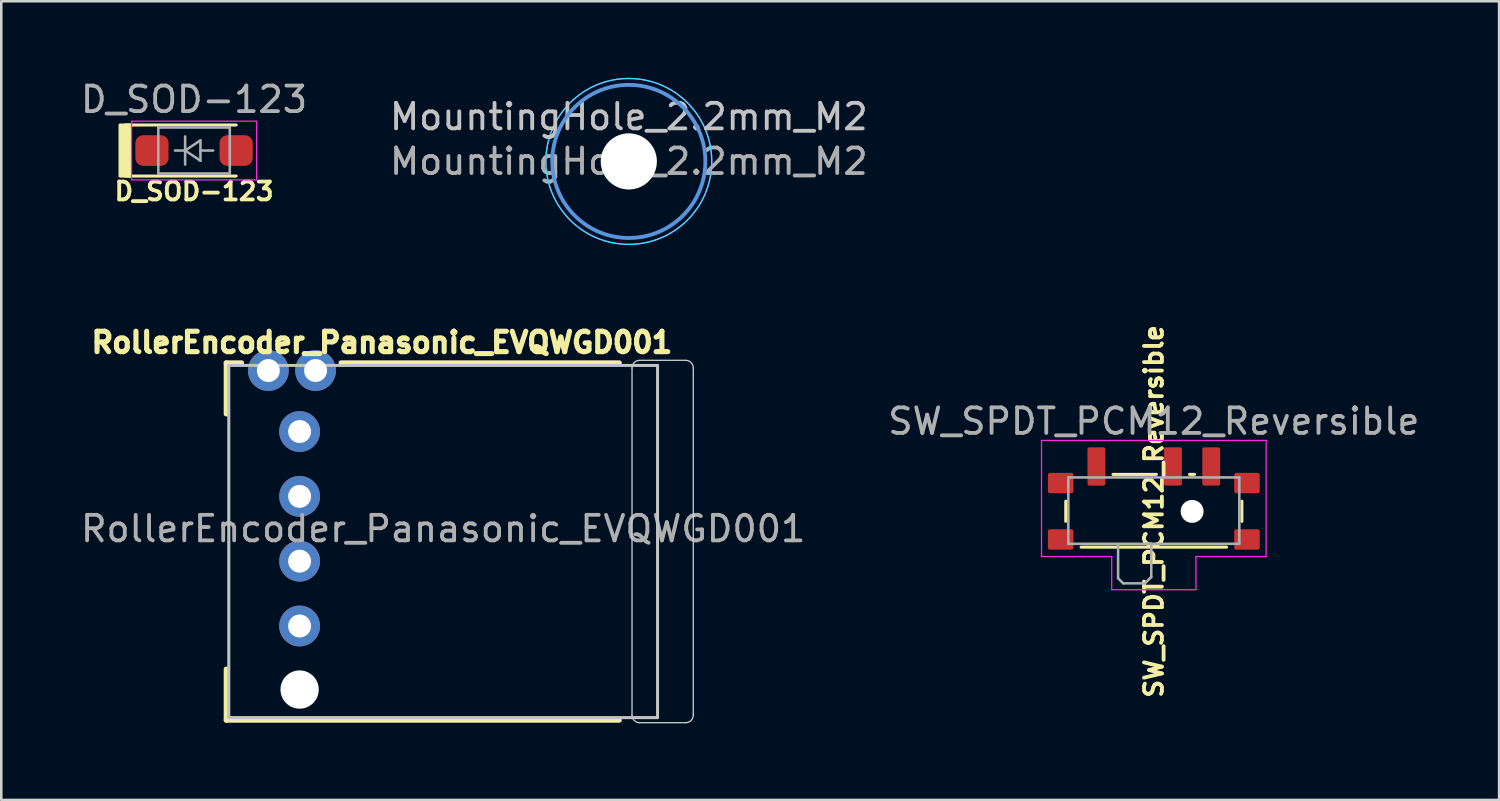
<source format=kicad_pcb>
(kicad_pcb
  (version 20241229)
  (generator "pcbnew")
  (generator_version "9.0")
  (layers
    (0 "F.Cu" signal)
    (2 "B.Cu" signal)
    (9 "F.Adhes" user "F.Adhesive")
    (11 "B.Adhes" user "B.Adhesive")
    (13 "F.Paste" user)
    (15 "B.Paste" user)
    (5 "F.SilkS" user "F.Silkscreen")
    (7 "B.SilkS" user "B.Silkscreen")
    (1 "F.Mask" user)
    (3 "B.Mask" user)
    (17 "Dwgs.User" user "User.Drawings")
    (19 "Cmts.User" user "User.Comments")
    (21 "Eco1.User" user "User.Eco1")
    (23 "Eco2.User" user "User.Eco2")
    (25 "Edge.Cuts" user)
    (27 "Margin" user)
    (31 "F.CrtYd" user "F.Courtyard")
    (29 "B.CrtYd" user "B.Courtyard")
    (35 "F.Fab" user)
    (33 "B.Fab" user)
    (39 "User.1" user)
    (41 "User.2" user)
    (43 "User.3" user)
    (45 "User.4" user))
  (footprint "RollerEncoder_Panasonic_EVQWGD001"
    (layer "F.Cu")
    (at 14.315 17.669)
    (property "Reference" "RollerEncoder_Panasonic_EVQWGD001" (at 0 0 0) (layer "F.Fab") (effects (font (size 1 1) (thickness 0.15))))
    (attr through_hole)
    (fp_line (start -8.5 -6.5) (end -8.5 -4.5) (stroke (width 0.2) (type solid)) (layer "F.SilkS"))
    (fp_line (start -8.5 5.5) (end -8.5 7.5) (stroke (width 0.2) (type solid)) (layer "F.SilkS"))
    (fp_line (start -8.5 7.5) (end 6.9 7.5) (stroke (width 0.2) (type solid)) (layer "F.SilkS"))
    (fp_line (start -7.9 -6.5) (end -8.5 -6.5) (stroke (width 0.2) (type solid)) (layer "F.SilkS"))
    (fp_line (start 6.9 -6.5) (end -4 -6.5) (stroke (width 0.2) (type solid)) (layer "F.SilkS"))
    (fp_line (start -8.4 -6.4) (end 8.4 -6.4) (stroke (width 0.12) (type solid)) (layer "Dwgs.User"))
    (fp_line (start -8.4 7.4) (end -8.4 -6.4) (stroke (width 0.12) (type solid)) (layer "Dwgs.User"))
    (fp_line (start 8.4 -6.4) (end 8.4 7.4) (stroke (width 0.12) (type solid)) (layer "Dwgs.User"))
    (fp_line (start 8.4 7.4) (end -8.4 7.4) (stroke (width 0.12) (type solid)) (layer "Dwgs.User"))
    (fp_line (start 7.4 -6.3) (end 7.4 7.3) (stroke (width 0.05) (type solid)) (layer "Edge.Cuts"))
    (fp_line (start 7.7 7.6) (end 9.5 7.6) (stroke (width 0.05) (type solid)) (layer "Edge.Cuts"))
    (fp_line (start 9.5 -6.6) (end 7.7 -6.6) (stroke (width 0.05) (type solid)) (layer "Edge.Cuts"))
    (fp_line (start 9.8 7.3) (end 9.8 -6.3) (stroke (width 0.05) (type solid)) (layer "Edge.Cuts"))
    (fp_arc (start 7.4 -6.3) (mid 7.487868 -6.512132) (end 7.7 -6.6) (stroke (width 0.05) (type solid)) (layer "Edge.Cuts"))
    (fp_arc (start 7.7 7.6) (mid 7.487868 7.512132) (end 7.4 7.3) (stroke (width 0.05) (type solid)) (layer "Edge.Cuts"))
    (fp_arc (start 9.5 -6.6) (mid 9.712132 -6.512132) (end 9.8 -6.3) (stroke (width 0.05) (type solid)) (layer "Edge.Cuts"))
    (fp_arc (start 9.8 7.3) (mid 9.712132 7.512132) (end 9.5 7.6) (stroke (width 0.05) (type solid)) (layer "Edge.Cuts"))
    (fp_text user "${REFERENCE}" (at -2.4 -7.3 0) (layer "F.SilkS") (effects (font (size 0.8 0.8) (thickness 0.2))))
    (pad "" thru_hole circle (at -5.625 3.81) (size 1.6 1.6) (drill 0.9) (layers "*.Cu" "*.Mask"))
    (pad "" np_thru_hole circle (at -5.625 6.3) (size 1.5 1.5) (drill 1.5) (layers "*.Cu" "*.Mask"))
    (pad "A" thru_hole circle (at -5.625 -3.81) (size 1.6 1.6) (drill 0.9) (layers "*.Cu" "*.Mask"))
    (pad "B" thru_hole circle (at -5.625 -1.27) (size 1.6 1.6) (drill 0.9) (layers "*.Cu" "*.Mask"))
    (pad "C" thru_hole circle (at -5.625 1.27) (size 1.6 1.6) (drill 0.9) (layers "*.Cu" "*.Mask"))
    (pad "S1" thru_hole circle (at -6.85 -6.2) (size 1.6 1.6) (drill 0.9) (layers "*.Cu" "*.Mask"))
    (pad "S2" thru_hole circle (at -5 -6.2) (size 1.6 1.6) (drill 0.9) (layers "*.Cu" "*.Mask")))
  (footprint "MountingHole_2.2mm_M2"
    (layer "F.Cu")
    (at 21.589 3.275)
    (property "Reference" "MountingHole_2.2mm_M2" (at 0 -1.75 0) (layer "Dwgs.User") (effects (font (size 1 1) (thickness 0.15))))
    (attr exclude_from_pos_files exclude_from_bom)
    (fp_circle (center 0 0) (end 3 0) (stroke (width 0.15) (type solid)) (fill no) (layer "Cmts.User"))
    (fp_circle (center 0 0) (end 3.25 0) (stroke (width 0.05) (type solid)) (fill no) (layer "B.CrtYd"))
    (fp_circle (center 0 0) (end 3.25 0) (stroke (width 0.05) (type solid)) (fill no) (layer "F.CrtYd"))
    (fp_text user "${REFERENCE}" (at 0 0 0) (layer "F.Fab") (effects (font (size 1 1) (thickness 0.15))))
    (pad "" np_thru_hole circle (at 0 0) (size 2.2 2.2) (drill 2.2) (layers "*.Cu" "*.Mask")))
  (footprint "SW_SPDT_PCM12_Reversible"
    (layer "F.Cu")
    (at 42.161 16.658)
    (property "Reference" "SW_SPDT_PCM12_Reversible" (at 0 0.33 270) (layer "F.SilkS") (effects (font (size 0.7 0.7) (thickness 0.15))))
    (attr smd)
    (fp_line (start -3.45 -0.07) (end -3.45 0.72) (stroke (width 0.12) (type solid)) (layer "F.SilkS"))
    (fp_line (start -2.85 1.73) (end 2.85 1.73) (stroke (width 0.12) (type solid)) (layer "F.SilkS"))
    (fp_line (start -1.6 -1.12) (end 0.1 -1.12) (stroke (width 0.12) (type solid)) (layer "F.SilkS"))
    (fp_line (start 1.4 -1.12) (end 1.6 -1.12) (stroke (width 0.12) (type solid)) (layer "F.SilkS"))
    (fp_line (start 3.45 0.72) (end 3.45 -0.07) (stroke (width 0.12) (type solid)) (layer "F.SilkS"))
    (fp_line (start -4.4 -2.45) (end 4.4 -2.45) (stroke (width 0.05) (type solid)) (layer "F.CrtYd"))
    (fp_line (start -4.4 2.1) (end -4.4 -2.45) (stroke (width 0.05) (type solid)) (layer "F.CrtYd"))
    (fp_line (start -1.65 2.1) (end -4.4 2.1) (stroke (width 0.05) (type solid)) (layer "F.CrtYd"))
    (fp_line (start -1.65 3.4) (end -1.65 2.1) (stroke (width 0.05) (type solid)) (layer "F.CrtYd"))
    (fp_line (start 1.65 2.1) (end 1.65 3.4) (stroke (width 0.05) (type solid)) (layer "F.CrtYd"))
    (fp_line (start 1.65 3.4) (end -1.65 3.4) (stroke (width 0.05) (type solid)) (layer "F.CrtYd"))
    (fp_line (start 4.4 -2.45) (end 4.4 2.1) (stroke (width 0.05) (type solid)) (layer "F.CrtYd"))
    (fp_line (start 4.4 2.1) (end 1.65 2.1) (stroke (width 0.05) (type solid)) (layer "F.CrtYd"))
    (fp_line (start -3.35 -1) (end -3.35 1.6) (stroke (width 0.1) (type solid)) (layer "F.Fab"))
    (fp_line (start -3.35 1.6) (end 3.35 1.6) (stroke (width 0.1) (type solid)) (layer "F.Fab"))
    (fp_line (start -1.4 1.65) (end -1.4 2.95) (stroke (width 0.1) (type solid)) (layer "F.Fab"))
    (fp_line (start -1.4 2.95) (end -1.2 3.15) (stroke (width 0.1) (type solid)) (layer "F.Fab"))
    (fp_line (start -1.2 3.15) (end -0.35 3.15) (stroke (width 0.1) (type solid)) (layer "F.Fab"))
    (fp_line (start -0.35 3.15) (end -0.15 2.95) (stroke (width 0.1) (type solid)) (layer "F.Fab"))
    (fp_line (start -0.15 2.95) (end -0.1 2.9) (stroke (width 0.1) (type solid)) (layer "F.Fab"))
    (fp_line (start -0.1 2.9) (end -0.1 1.6) (stroke (width 0.1) (type solid)) (layer "F.Fab"))
    (fp_line (start 3.35 -1) (end -3.35 -1) (stroke (width 0.1) (type solid)) (layer "F.Fab"))
    (fp_line (start 3.35 1.6) (end 3.35 -1) (stroke (width 0.1) (type solid)) (layer "F.Fab"))
    (fp_text user "${REFERENCE}" (at 0 -3.2 0) (layer "F.Fab") (effects (font (size 1 1) (thickness 0.15))))
    (pad "" smd roundrect (at -3.65 -0.78) (size 1 0.8) (layers "F.Cu" "F.Mask" "F.Paste") (roundrect_rratio 0.1))
    (pad "" smd roundrect (at -3.65 1.43) (size 1 0.8) (layers "F.Cu" "F.Mask" "F.Paste") (roundrect_rratio 0.1))
    (pad "" np_thru_hole circle (at 1.5 0.33) (size 0.9 0.9) (drill 0.9) (layers "*.Cu" "*.Mask"))
    (pad "" smd roundrect (at 3.65 -0.78) (size 1 0.8) (layers "F.Cu" "F.Mask" "F.Paste") (roundrect_rratio 0.1))
    (pad "" smd roundrect (at 3.65 1.43) (size 1 0.8) (layers "F.Cu" "F.Mask" "F.Paste") (roundrect_rratio 0.1))
    (pad "1" smd roundrect (at -2.25 -1.43) (size 0.7 1.5) (layers "F.Cu" "F.Mask" "F.Paste") (roundrect_rratio 0.1))
    (pad "2" smd roundrect (at 0.75 -1.43) (size 0.7 1.5) (layers "F.Cu" "F.Mask" "F.Paste") (roundrect_rratio 0.1))
    (pad "3" smd roundrect (at 2.25 -1.43) (size 0.7 1.5) (layers "F.Cu" "F.Mask" "F.Paste") (roundrect_rratio 0.1)))
  (footprint "D_SOD-123"
    (layer "F.Cu")
    (at 4.554 2.848)
    (property "Reference" "D_SOD-123" (at 0 1.6 0) (layer "F.SilkS") (effects (font (size 0.7 0.7) (thickness 0.15))))
    (attr smd)
    (fp_line (start -2.7 -1) (end 1.65 -1) (stroke (width 0.12) (type solid)) (layer "F.SilkS"))
    (fp_line (start -2.7 1) (end 1.65 1) (stroke (width 0.12) (type solid)) (layer "F.SilkS"))
    (fp_rect (start -2.9 -1) (end -2.5 1) (stroke (width 0.12) (type solid)) (fill yes) (layer "F.SilkS"))
    (fp_rect (start -2.45 -1.15) (end 2.45 1.15) (stroke (width 0.05) (type default)) (fill no) (layer "F.CrtYd"))
    (fp_line (start -1.4 -0.9) (end 1.4 -0.9) (stroke (width 0.1) (type solid)) (layer "F.Fab"))
    (fp_line (start -1.4 0.9) (end -1.4 -0.9) (stroke (width 0.1) (type solid)) (layer "F.Fab"))
    (fp_line (start -0.75 0) (end -0.35 0) (stroke (width 0.1) (type solid)) (layer "F.Fab"))
    (fp_line (start -0.35 0) (end -0.35 -0.55) (stroke (width 0.1) (type solid)) (layer "F.Fab"))
    (fp_line (start -0.35 0) (end -0.35 0.55) (stroke (width 0.1) (type solid)) (layer "F.Fab"))
    (fp_line (start -0.35 0) (end 0.25 -0.4) (stroke (width 0.1) (type solid)) (layer "F.Fab"))
    (fp_line (start 0.25 -0.4) (end 0.25 0.4) (stroke (width 0.1) (type solid)) (layer "F.Fab"))
    (fp_line (start 0.25 0) (end 0.75 0) (stroke (width 0.1) (type solid)) (layer "F.Fab"))
    (fp_line (start 0.25 0.4) (end -0.35 0) (stroke (width 0.1) (type solid)) (layer "F.Fab"))
    (fp_line (start 1.4 -0.9) (end 1.4 0.9) (stroke (width 0.1) (type solid)) (layer "F.Fab"))
    (fp_line (start 1.4 0.9) (end -1.4 0.9) (stroke (width 0.1) (type solid)) (layer "F.Fab"))
    (fp_text user "${REFERENCE}" (at 0 -2 0) (layer "F.Fab") (effects (font (size 1 1) (thickness 0.15))))
    (pad "1" smd roundrect (at -1.65 0) (size 1.3 1.2) (layers "F.Cu" "F.Mask" "F.Paste") (roundrect_rratio 0.25))
    (pad "2" smd roundrect (at 1.65 0) (size 1.3 1.2) (layers "F.Cu" "F.Mask" "F.Paste") (roundrect_rratio 0.25)))
  (gr_rect
    (start -3 -3)
    (end 55.69 28.294)
    (stroke (width 0.1) (type default))
    (fill no)
    (layer "Edge.Cuts")))
</source>
